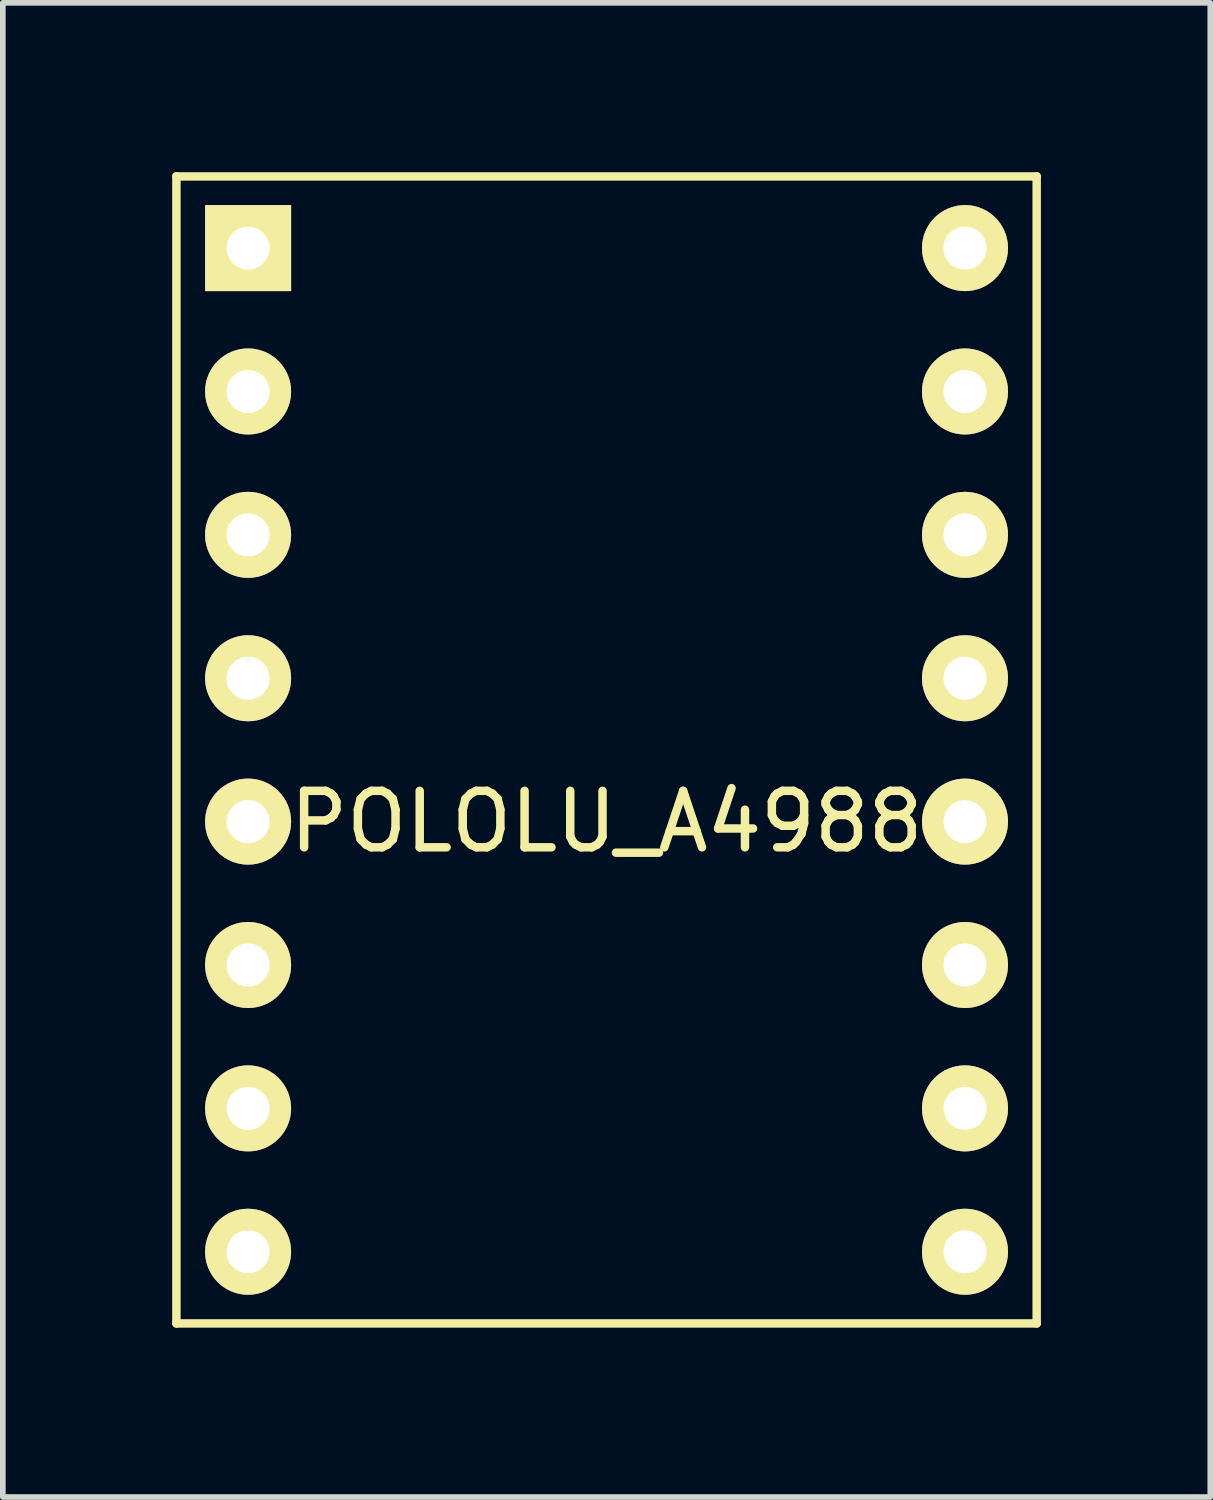
<source format=kicad_pcb>
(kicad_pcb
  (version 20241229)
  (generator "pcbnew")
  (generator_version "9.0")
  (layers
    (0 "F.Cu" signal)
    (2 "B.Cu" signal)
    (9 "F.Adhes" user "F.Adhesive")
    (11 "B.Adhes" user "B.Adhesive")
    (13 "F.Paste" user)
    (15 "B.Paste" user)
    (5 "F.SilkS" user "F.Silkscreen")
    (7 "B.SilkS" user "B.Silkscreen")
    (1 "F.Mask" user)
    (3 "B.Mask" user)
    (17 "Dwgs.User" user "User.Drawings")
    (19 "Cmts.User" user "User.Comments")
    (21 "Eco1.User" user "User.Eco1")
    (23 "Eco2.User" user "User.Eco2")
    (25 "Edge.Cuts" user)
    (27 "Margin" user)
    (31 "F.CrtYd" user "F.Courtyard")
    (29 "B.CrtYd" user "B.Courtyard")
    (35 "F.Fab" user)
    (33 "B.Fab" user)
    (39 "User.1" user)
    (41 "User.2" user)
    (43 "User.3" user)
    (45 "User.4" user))
  (footprint "POLOLU_A4988"
    (layer "F.Cu")
    (at 7.695 10.235)
    (property "Reference" "POLOLU_A4988" (at 0 1.27 0) (layer "F.SilkS") (effects (font (size 1 1) (thickness 0.15))))
    (attr through_hole)
    (fp_line (start -7.62 -10.16) (end 7.62 -10.16) (stroke (width 0.15) (type solid)) (layer "F.SilkS"))
    (fp_line (start -7.62 10.16) (end -7.62 -10.16) (stroke (width 0.15) (type solid)) (layer "F.SilkS"))
    (fp_line (start 7.62 -10.16) (end 7.62 10.16) (stroke (width 0.15) (type solid)) (layer "F.SilkS"))
    (fp_line (start 7.62 10.16) (end -7.62 10.16) (stroke (width 0.15) (type solid)) (layer "F.SilkS"))
    (pad "1" thru_hole rect (at -6.35 -8.89) (size 1.524 1.524) (drill 0.762) (layers "*.Cu" "*.Mask" "F.SilkS"))
    (pad "2" thru_hole circle (at -6.35 -6.35) (size 1.524 1.524) (drill 0.762) (layers "*.Cu" "*.Mask" "F.SilkS"))
    (pad "3" thru_hole circle (at -6.35 -3.81) (size 1.524 1.524) (drill 0.762) (layers "*.Cu" "*.Mask" "F.SilkS"))
    (pad "4" thru_hole circle (at -6.35 -1.27) (size 1.524 1.524) (drill 0.762) (layers "*.Cu" "*.Mask" "F.SilkS"))
    (pad "5" thru_hole circle (at -6.35 1.27) (size 1.524 1.524) (drill 0.762) (layers "*.Cu" "*.Mask" "F.SilkS"))
    (pad "6" thru_hole circle (at -6.35 3.81) (size 1.524 1.524) (drill 0.762) (layers "*.Cu" "*.Mask" "F.SilkS"))
    (pad "7" thru_hole circle (at -6.35 6.35) (size 1.524 1.524) (drill 0.762) (layers "*.Cu" "*.Mask" "F.SilkS"))
    (pad "8" thru_hole circle (at -6.35 8.89) (size 1.524 1.524) (drill 0.762) (layers "*.Cu" "*.Mask" "F.SilkS"))
    (pad "9" thru_hole circle (at 6.35 8.89) (size 1.524 1.524) (drill 0.762) (layers "*.Cu" "*.Mask" "F.SilkS"))
    (pad "10" thru_hole circle (at 6.35 6.35) (size 1.524 1.524) (drill 0.762) (layers "*.Cu" "*.Mask" "F.SilkS"))
    (pad "11" thru_hole circle (at 6.35 3.81) (size 1.524 1.524) (drill 0.762) (layers "*.Cu" "*.Mask" "F.SilkS"))
    (pad "12" thru_hole circle (at 6.35 1.27) (size 1.524 1.524) (drill 0.762) (layers "*.Cu" "*.Mask" "F.SilkS"))
    (pad "13" thru_hole circle (at 6.35 -1.27) (size 1.524 1.524) (drill 0.762) (layers "*.Cu" "*.Mask" "F.SilkS"))
    (pad "14" thru_hole circle (at 6.35 -3.81) (size 1.524 1.524) (drill 0.762) (layers "*.Cu" "*.Mask" "F.SilkS"))
    (pad "15" thru_hole circle (at 6.35 -6.35) (size 1.524 1.524) (drill 0.762) (layers "*.Cu" "*.Mask" "F.SilkS"))
    (pad "16" thru_hole circle (at 6.35 -8.89) (size 1.524 1.524) (drill 0.762) (layers "*.Cu" "*.Mask" "F.SilkS")))
  (gr_rect
    (start -3 -3)
    (end 18.39 23.47)
    (stroke (width 0.1) (type default))
    (fill no)
    (layer "Edge.Cuts")))
</source>
